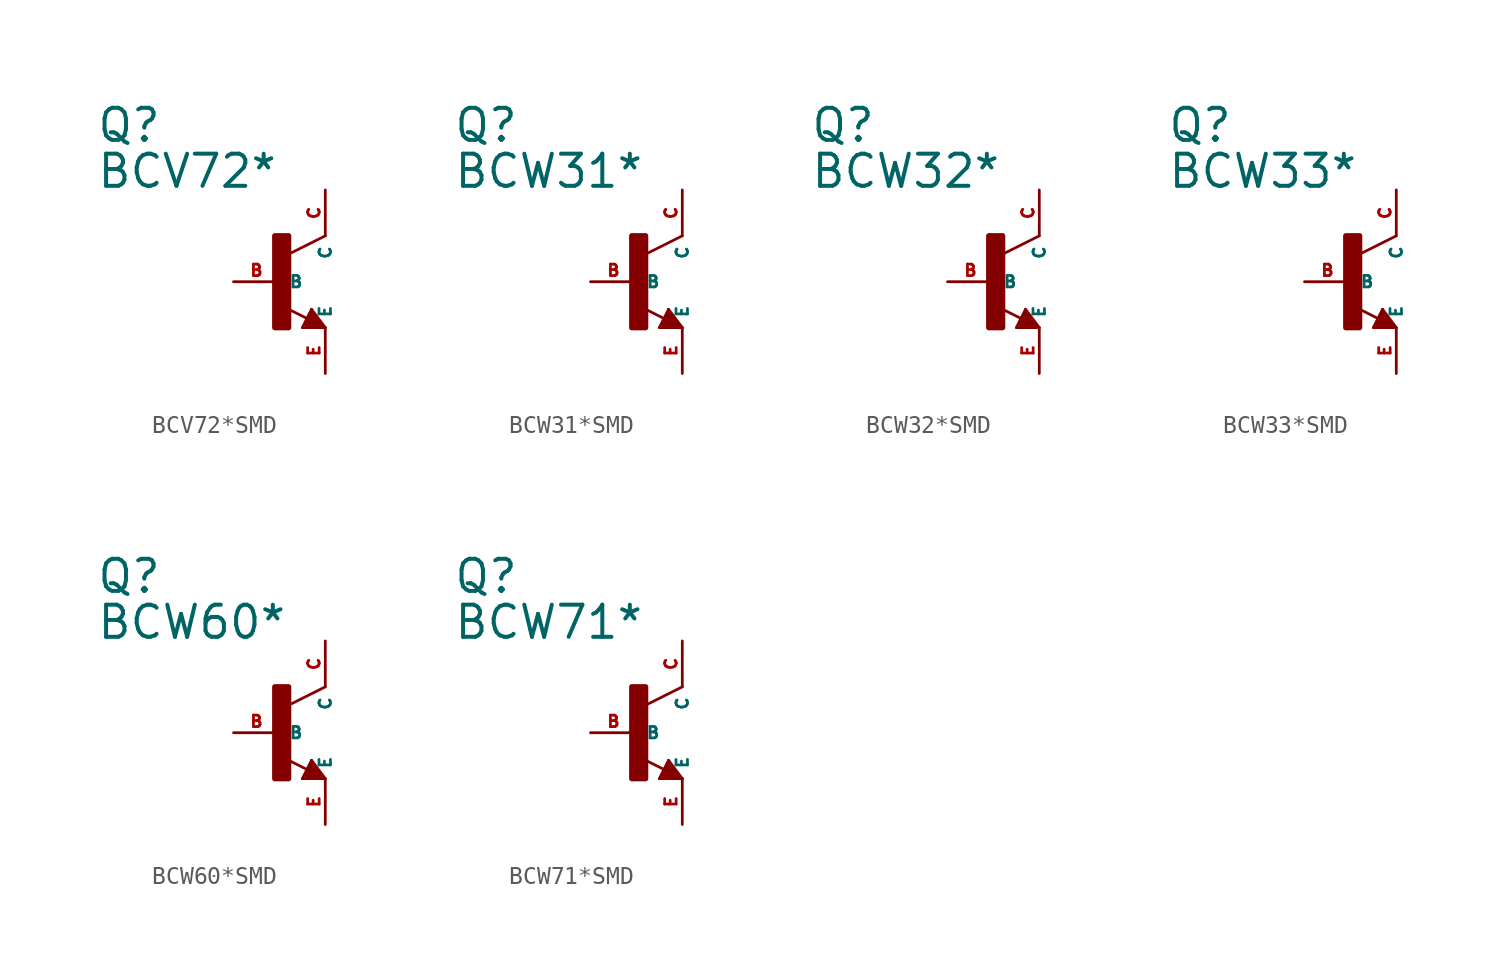
<source format=kicad_sym>
(kicad_symbol_lib
  (version 20220914)
  (generator Eagle2Kicad)
  (symbol "BCV72*SMD"
    (property "Reference" "Q"
      (at -10.16 7.62 0)
      (effects (font (size 1.778 1.778) (thickness 0.22)) (justify left bottom)))
    (property "Value" "BCV72*"
      (at -10.16 5.08 0)
      (effects (font (size 1.778 1.778) (thickness 0.22)) (justify left bottom)))
    (polyline
      (pts (xy 2.54 2.54) (xy 0.508 1.524))
      (stroke (width 0.152) (type default))
      (fill (type none)))
    (polyline
      (pts (xy 1.778 -1.524) (xy 2.54 -2.54))
      (stroke (width 0.152) (type default))
      (fill (type none)))
    (polyline
      (pts (xy 2.54 -2.54) (xy 1.27 -2.54))
      (stroke (width 0.152) (type default))
      (fill (type none)))
    (polyline
      (pts (xy 1.27 -2.54) (xy 1.778 -1.524))
      (stroke (width 0.152) (type default))
      (fill (type none)))
    (polyline
      (pts (xy 1.54 -2.04) (xy 0.308 -1.424))
      (stroke (width 0.152) (type default))
      (fill (type none)))
    (polyline
      (pts (xy 1.524 -2.413) (xy 2.286 -2.413))
      (stroke (width 0.254) (type default))
      (fill (type none)))
    (polyline
      (pts (xy 2.286 -2.413) (xy 1.778 -1.778))
      (stroke (width 0.254) (type default))
      (fill (type none)))
    (polyline
      (pts (xy 1.778 -1.778) (xy 1.524 -2.286))
      (stroke (width 0.254) (type default))
      (fill (type none)))
    (polyline
      (pts (xy 1.524 -2.286) (xy 1.905 -2.286))
      (stroke (width 0.254) (type default))
      (fill (type none)))
    (polyline
      (pts (xy 1.905 -2.286) (xy 1.778 -2.032))
      (stroke (width 0.254) (type default))
      (fill (type none)))
    (rectangle
      (start -0.254 -2.54)
      (end 0.508 2.54)
      (stroke (width 0.3) (type default))
      (fill (type outline)))
    (pin passive line
      (at -2.54 0 0)
      (length 2.54)
      (name "B" (effects (font (size 0.635 0.635) (thickness 0.08)) (justify left bottom)))
      (number "B" (effects (font (size 0.635 0.635) (thickness 0.08)) (justify left bottom))))
    (pin passive line
      (at 2.54 -5.08 90)
      (length 2.54)
      (name "E" (effects (font (size 0.635 0.635) (thickness 0.08)) (justify left bottom)))
      (number "E" (effects (font (size 0.635 0.635) (thickness 0.08)) (justify left bottom))))
    (pin passive line
      (at 2.54 5.08 270)
      (length 2.54)
      (name "C" (effects (font (size 0.635 0.635) (thickness 0.08)) (justify left bottom)))
      (number "C" (effects (font (size 0.635 0.635) (thickness 0.08)) (justify left bottom)))))
  (symbol "BCW31*SMD"
    (property "Reference" "Q"
      (at -10.16 7.62 0)
      (effects (font (size 1.778 1.778) (thickness 0.22)) (justify left bottom)))
    (property "Value" "BCW31*"
      (at -10.16 5.08 0)
      (effects (font (size 1.778 1.778) (thickness 0.22)) (justify left bottom)))
    (polyline
      (pts (xy 2.54 2.54) (xy 0.508 1.524))
      (stroke (width 0.152) (type default))
      (fill (type none)))
    (polyline
      (pts (xy 1.778 -1.524) (xy 2.54 -2.54))
      (stroke (width 0.152) (type default))
      (fill (type none)))
    (polyline
      (pts (xy 2.54 -2.54) (xy 1.27 -2.54))
      (stroke (width 0.152) (type default))
      (fill (type none)))
    (polyline
      (pts (xy 1.27 -2.54) (xy 1.778 -1.524))
      (stroke (width 0.152) (type default))
      (fill (type none)))
    (polyline
      (pts (xy 1.54 -2.04) (xy 0.308 -1.424))
      (stroke (width 0.152) (type default))
      (fill (type none)))
    (polyline
      (pts (xy 1.524 -2.413) (xy 2.286 -2.413))
      (stroke (width 0.254) (type default))
      (fill (type none)))
    (polyline
      (pts (xy 2.286 -2.413) (xy 1.778 -1.778))
      (stroke (width 0.254) (type default))
      (fill (type none)))
    (polyline
      (pts (xy 1.778 -1.778) (xy 1.524 -2.286))
      (stroke (width 0.254) (type default))
      (fill (type none)))
    (polyline
      (pts (xy 1.524 -2.286) (xy 1.905 -2.286))
      (stroke (width 0.254) (type default))
      (fill (type none)))
    (polyline
      (pts (xy 1.905 -2.286) (xy 1.778 -2.032))
      (stroke (width 0.254) (type default))
      (fill (type none)))
    (rectangle
      (start -0.254 -2.54)
      (end 0.508 2.54)
      (stroke (width 0.3) (type default))
      (fill (type outline)))
    (pin passive line
      (at -2.54 0 0)
      (length 2.54)
      (name "B" (effects (font (size 0.635 0.635) (thickness 0.08)) (justify left bottom)))
      (number "B" (effects (font (size 0.635 0.635) (thickness 0.08)) (justify left bottom))))
    (pin passive line
      (at 2.54 -5.08 90)
      (length 2.54)
      (name "E" (effects (font (size 0.635 0.635) (thickness 0.08)) (justify left bottom)))
      (number "E" (effects (font (size 0.635 0.635) (thickness 0.08)) (justify left bottom))))
    (pin passive line
      (at 2.54 5.08 270)
      (length 2.54)
      (name "C" (effects (font (size 0.635 0.635) (thickness 0.08)) (justify left bottom)))
      (number "C" (effects (font (size 0.635 0.635) (thickness 0.08)) (justify left bottom)))))
  (symbol "BCW32*SMD"
    (property "Reference" "Q"
      (at -10.16 7.62 0)
      (effects (font (size 1.778 1.778) (thickness 0.22)) (justify left bottom)))
    (property "Value" "BCW32*"
      (at -10.16 5.08 0)
      (effects (font (size 1.778 1.778) (thickness 0.22)) (justify left bottom)))
    (polyline
      (pts (xy 2.54 2.54) (xy 0.508 1.524))
      (stroke (width 0.152) (type default))
      (fill (type none)))
    (polyline
      (pts (xy 1.778 -1.524) (xy 2.54 -2.54))
      (stroke (width 0.152) (type default))
      (fill (type none)))
    (polyline
      (pts (xy 2.54 -2.54) (xy 1.27 -2.54))
      (stroke (width 0.152) (type default))
      (fill (type none)))
    (polyline
      (pts (xy 1.27 -2.54) (xy 1.778 -1.524))
      (stroke (width 0.152) (type default))
      (fill (type none)))
    (polyline
      (pts (xy 1.54 -2.04) (xy 0.308 -1.424))
      (stroke (width 0.152) (type default))
      (fill (type none)))
    (polyline
      (pts (xy 1.524 -2.413) (xy 2.286 -2.413))
      (stroke (width 0.254) (type default))
      (fill (type none)))
    (polyline
      (pts (xy 2.286 -2.413) (xy 1.778 -1.778))
      (stroke (width 0.254) (type default))
      (fill (type none)))
    (polyline
      (pts (xy 1.778 -1.778) (xy 1.524 -2.286))
      (stroke (width 0.254) (type default))
      (fill (type none)))
    (polyline
      (pts (xy 1.524 -2.286) (xy 1.905 -2.286))
      (stroke (width 0.254) (type default))
      (fill (type none)))
    (polyline
      (pts (xy 1.905 -2.286) (xy 1.778 -2.032))
      (stroke (width 0.254) (type default))
      (fill (type none)))
    (rectangle
      (start -0.254 -2.54)
      (end 0.508 2.54)
      (stroke (width 0.3) (type default))
      (fill (type outline)))
    (pin passive line
      (at -2.54 0 0)
      (length 2.54)
      (name "B" (effects (font (size 0.635 0.635) (thickness 0.08)) (justify left bottom)))
      (number "B" (effects (font (size 0.635 0.635) (thickness 0.08)) (justify left bottom))))
    (pin passive line
      (at 2.54 -5.08 90)
      (length 2.54)
      (name "E" (effects (font (size 0.635 0.635) (thickness 0.08)) (justify left bottom)))
      (number "E" (effects (font (size 0.635 0.635) (thickness 0.08)) (justify left bottom))))
    (pin passive line
      (at 2.54 5.08 270)
      (length 2.54)
      (name "C" (effects (font (size 0.635 0.635) (thickness 0.08)) (justify left bottom)))
      (number "C" (effects (font (size 0.635 0.635) (thickness 0.08)) (justify left bottom)))))
  (symbol "BCW33*SMD"
    (property "Reference" "Q"
      (at -10.16 7.62 0)
      (effects (font (size 1.778 1.778) (thickness 0.22)) (justify left bottom)))
    (property "Value" "BCW33*"
      (at -10.16 5.08 0)
      (effects (font (size 1.778 1.778) (thickness 0.22)) (justify left bottom)))
    (polyline
      (pts (xy 2.54 2.54) (xy 0.508 1.524))
      (stroke (width 0.152) (type default))
      (fill (type none)))
    (polyline
      (pts (xy 1.778 -1.524) (xy 2.54 -2.54))
      (stroke (width 0.152) (type default))
      (fill (type none)))
    (polyline
      (pts (xy 2.54 -2.54) (xy 1.27 -2.54))
      (stroke (width 0.152) (type default))
      (fill (type none)))
    (polyline
      (pts (xy 1.27 -2.54) (xy 1.778 -1.524))
      (stroke (width 0.152) (type default))
      (fill (type none)))
    (polyline
      (pts (xy 1.54 -2.04) (xy 0.308 -1.424))
      (stroke (width 0.152) (type default))
      (fill (type none)))
    (polyline
      (pts (xy 1.524 -2.413) (xy 2.286 -2.413))
      (stroke (width 0.254) (type default))
      (fill (type none)))
    (polyline
      (pts (xy 2.286 -2.413) (xy 1.778 -1.778))
      (stroke (width 0.254) (type default))
      (fill (type none)))
    (polyline
      (pts (xy 1.778 -1.778) (xy 1.524 -2.286))
      (stroke (width 0.254) (type default))
      (fill (type none)))
    (polyline
      (pts (xy 1.524 -2.286) (xy 1.905 -2.286))
      (stroke (width 0.254) (type default))
      (fill (type none)))
    (polyline
      (pts (xy 1.905 -2.286) (xy 1.778 -2.032))
      (stroke (width 0.254) (type default))
      (fill (type none)))
    (rectangle
      (start -0.254 -2.54)
      (end 0.508 2.54)
      (stroke (width 0.3) (type default))
      (fill (type outline)))
    (pin passive line
      (at -2.54 0 0)
      (length 2.54)
      (name "B" (effects (font (size 0.635 0.635) (thickness 0.08)) (justify left bottom)))
      (number "B" (effects (font (size 0.635 0.635) (thickness 0.08)) (justify left bottom))))
    (pin passive line
      (at 2.54 -5.08 90)
      (length 2.54)
      (name "E" (effects (font (size 0.635 0.635) (thickness 0.08)) (justify left bottom)))
      (number "E" (effects (font (size 0.635 0.635) (thickness 0.08)) (justify left bottom))))
    (pin passive line
      (at 2.54 5.08 270)
      (length 2.54)
      (name "C" (effects (font (size 0.635 0.635) (thickness 0.08)) (justify left bottom)))
      (number "C" (effects (font (size 0.635 0.635) (thickness 0.08)) (justify left bottom)))))
  (symbol "BCW60*SMD"
    (property "Reference" "Q"
      (at -10.16 7.62 0)
      (effects (font (size 1.778 1.778) (thickness 0.22)) (justify left bottom)))
    (property "Value" "BCW60*"
      (at -10.16 5.08 0)
      (effects (font (size 1.778 1.778) (thickness 0.22)) (justify left bottom)))
    (polyline
      (pts (xy 2.54 2.54) (xy 0.508 1.524))
      (stroke (width 0.152) (type default))
      (fill (type none)))
    (polyline
      (pts (xy 1.778 -1.524) (xy 2.54 -2.54))
      (stroke (width 0.152) (type default))
      (fill (type none)))
    (polyline
      (pts (xy 2.54 -2.54) (xy 1.27 -2.54))
      (stroke (width 0.152) (type default))
      (fill (type none)))
    (polyline
      (pts (xy 1.27 -2.54) (xy 1.778 -1.524))
      (stroke (width 0.152) (type default))
      (fill (type none)))
    (polyline
      (pts (xy 1.54 -2.04) (xy 0.308 -1.424))
      (stroke (width 0.152) (type default))
      (fill (type none)))
    (polyline
      (pts (xy 1.524 -2.413) (xy 2.286 -2.413))
      (stroke (width 0.254) (type default))
      (fill (type none)))
    (polyline
      (pts (xy 2.286 -2.413) (xy 1.778 -1.778))
      (stroke (width 0.254) (type default))
      (fill (type none)))
    (polyline
      (pts (xy 1.778 -1.778) (xy 1.524 -2.286))
      (stroke (width 0.254) (type default))
      (fill (type none)))
    (polyline
      (pts (xy 1.524 -2.286) (xy 1.905 -2.286))
      (stroke (width 0.254) (type default))
      (fill (type none)))
    (polyline
      (pts (xy 1.905 -2.286) (xy 1.778 -2.032))
      (stroke (width 0.254) (type default))
      (fill (type none)))
    (rectangle
      (start -0.254 -2.54)
      (end 0.508 2.54)
      (stroke (width 0.3) (type default))
      (fill (type outline)))
    (pin passive line
      (at -2.54 0 0)
      (length 2.54)
      (name "B" (effects (font (size 0.635 0.635) (thickness 0.08)) (justify left bottom)))
      (number "B" (effects (font (size 0.635 0.635) (thickness 0.08)) (justify left bottom))))
    (pin passive line
      (at 2.54 -5.08 90)
      (length 2.54)
      (name "E" (effects (font (size 0.635 0.635) (thickness 0.08)) (justify left bottom)))
      (number "E" (effects (font (size 0.635 0.635) (thickness 0.08)) (justify left bottom))))
    (pin passive line
      (at 2.54 5.08 270)
      (length 2.54)
      (name "C" (effects (font (size 0.635 0.635) (thickness 0.08)) (justify left bottom)))
      (number "C" (effects (font (size 0.635 0.635) (thickness 0.08)) (justify left bottom)))))
  (symbol "BCW71*SMD"
    (property "Reference" "Q"
      (at -10.16 7.62 0)
      (effects (font (size 1.778 1.778) (thickness 0.22)) (justify left bottom)))
    (property "Value" "BCW71*"
      (at -10.16 5.08 0)
      (effects (font (size 1.778 1.778) (thickness 0.22)) (justify left bottom)))
    (polyline
      (pts (xy 2.54 2.54) (xy 0.508 1.524))
      (stroke (width 0.152) (type default))
      (fill (type none)))
    (polyline
      (pts (xy 1.778 -1.524) (xy 2.54 -2.54))
      (stroke (width 0.152) (type default))
      (fill (type none)))
    (polyline
      (pts (xy 2.54 -2.54) (xy 1.27 -2.54))
      (stroke (width 0.152) (type default))
      (fill (type none)))
    (polyline
      (pts (xy 1.27 -2.54) (xy 1.778 -1.524))
      (stroke (width 0.152) (type default))
      (fill (type none)))
    (polyline
      (pts (xy 1.54 -2.04) (xy 0.308 -1.424))
      (stroke (width 0.152) (type default))
      (fill (type none)))
    (polyline
      (pts (xy 1.524 -2.413) (xy 2.286 -2.413))
      (stroke (width 0.254) (type default))
      (fill (type none)))
    (polyline
      (pts (xy 2.286 -2.413) (xy 1.778 -1.778))
      (stroke (width 0.254) (type default))
      (fill (type none)))
    (polyline
      (pts (xy 1.778 -1.778) (xy 1.524 -2.286))
      (stroke (width 0.254) (type default))
      (fill (type none)))
    (polyline
      (pts (xy 1.524 -2.286) (xy 1.905 -2.286))
      (stroke (width 0.254) (type default))
      (fill (type none)))
    (polyline
      (pts (xy 1.905 -2.286) (xy 1.778 -2.032))
      (stroke (width 0.254) (type default))
      (fill (type none)))
    (rectangle
      (start -0.254 -2.54)
      (end 0.508 2.54)
      (stroke (width 0.3) (type default))
      (fill (type outline)))
    (pin passive line
      (at -2.54 0 0)
      (length 2.54)
      (name "B" (effects (font (size 0.635 0.635) (thickness 0.08)) (justify left bottom)))
      (number "B" (effects (font (size 0.635 0.635) (thickness 0.08)) (justify left bottom))))
    (pin passive line
      (at 2.54 -5.08 90)
      (length 2.54)
      (name "E" (effects (font (size 0.635 0.635) (thickness 0.08)) (justify left bottom)))
      (number "E" (effects (font (size 0.635 0.635) (thickness 0.08)) (justify left bottom))))
    (pin passive line
      (at 2.54 5.08 270)
      (length 2.54)
      (name "C" (effects (font (size 0.635 0.635) (thickness 0.08)) (justify left bottom)))
      (number "C" (effects (font (size 0.635 0.635) (thickness 0.08)) (justify left bottom))))))
</source>
